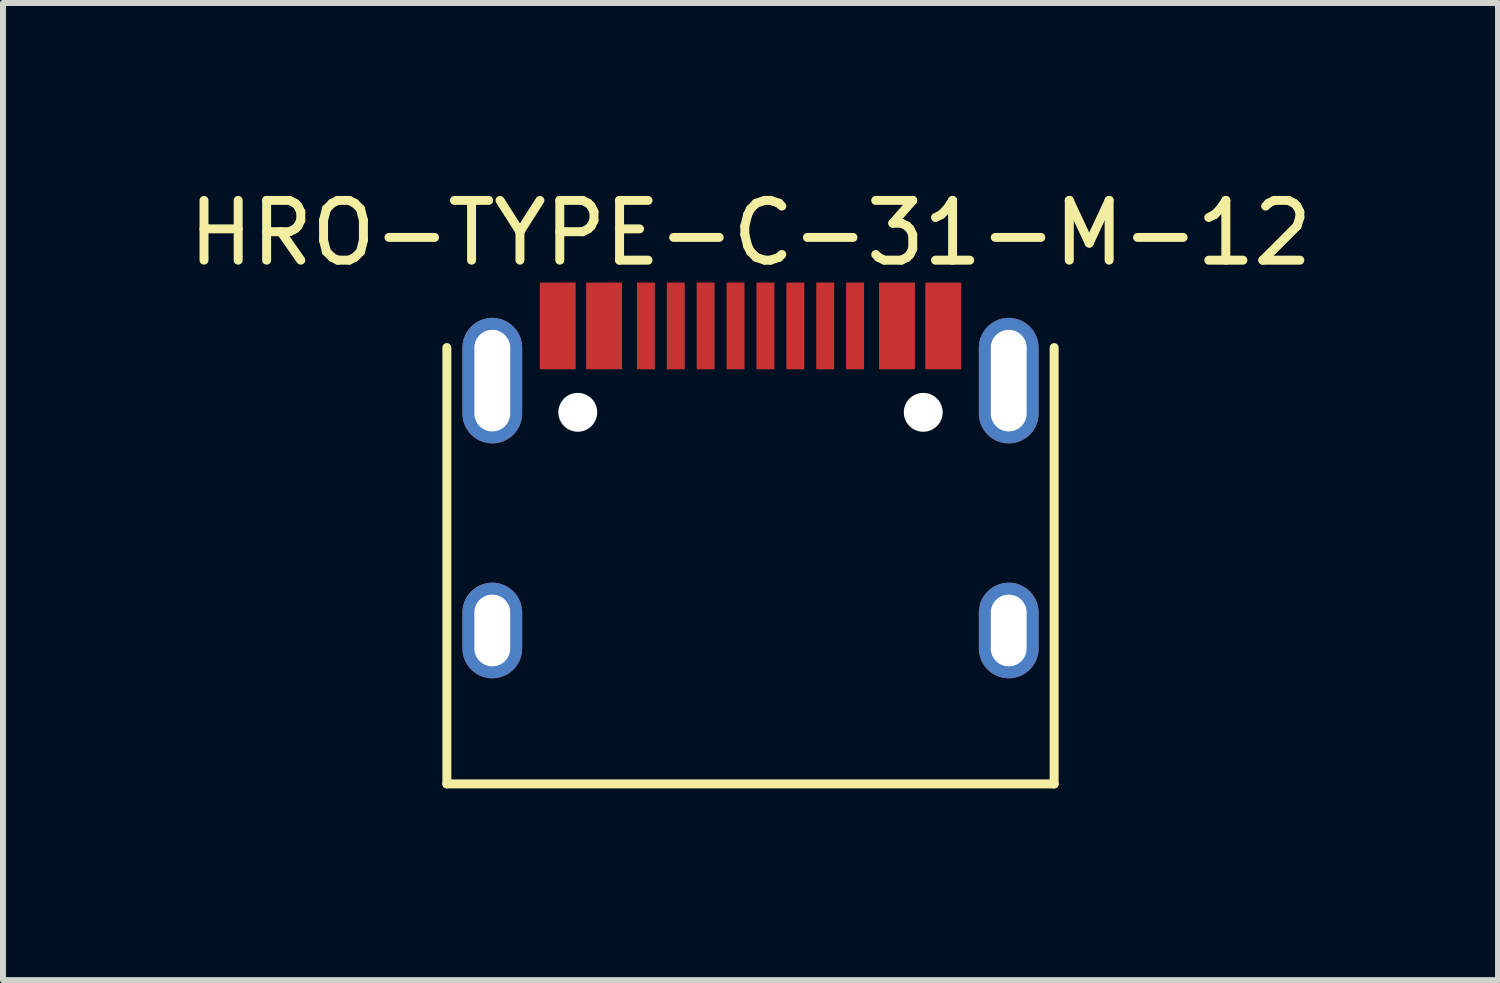
<source format=kicad_pcb>
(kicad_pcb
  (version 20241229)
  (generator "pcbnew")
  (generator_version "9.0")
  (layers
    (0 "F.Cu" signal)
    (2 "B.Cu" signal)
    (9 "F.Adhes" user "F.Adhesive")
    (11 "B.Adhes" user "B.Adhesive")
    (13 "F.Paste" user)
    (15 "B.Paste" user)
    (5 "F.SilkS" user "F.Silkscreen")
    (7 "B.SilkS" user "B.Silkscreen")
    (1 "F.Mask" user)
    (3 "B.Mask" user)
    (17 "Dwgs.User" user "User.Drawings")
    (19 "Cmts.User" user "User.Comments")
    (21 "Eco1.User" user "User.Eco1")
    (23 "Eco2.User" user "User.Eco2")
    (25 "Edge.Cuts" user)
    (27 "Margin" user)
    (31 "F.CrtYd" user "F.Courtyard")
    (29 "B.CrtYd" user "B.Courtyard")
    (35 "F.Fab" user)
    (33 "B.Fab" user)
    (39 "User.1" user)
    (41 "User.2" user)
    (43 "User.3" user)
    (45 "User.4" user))
  (footprint "HRO-TYPE-C-31-M-12"
    (layer "F.Cu")
    (at 9.506 10.098)
    (property "Reference" "HRO-TYPE-C-31-M-12" (at 0 -9.25 0) (layer "F.SilkS") (effects (font (size 1 1) (thickness 0.15))))
    (attr smd)
    (fp_line (start -5.08 -0.033) (end -5.08 -7.333) (stroke (width 0.15) (type solid)) (layer "F.SilkS"))
    (fp_line (start -5.08 -0.033) (end 5.08 -0.033) (stroke (width 0.15) (type solid)) (layer "F.SilkS"))
    (fp_line (start 5.08 -0.033) (end 5.08 -7.333) (stroke (width 0.15) (type solid)) (layer "F.SilkS"))
    (pad "" np_thru_hole circle (at -2.89 -6.25) (size 0.65 0.65) (drill 0.65) (layers "*.Cu" "*.Mask"))
    (pad "" np_thru_hole circle (at 2.89 -6.25) (size 0.65 0.65) (drill 0.65) (layers "*.Cu" "*.Mask"))
    (pad "1" smd rect (at -3.225 -7.695) (size 0.6 1.45) (layers "F.Cu" "F.Mask" "F.Paste"))
    (pad "2" smd rect (at -2.45 -7.695) (size 0.6 1.45) (layers "F.Cu" "F.Mask" "F.Paste"))
    (pad "3" smd rect (at -1.75 -7.695) (size 0.3 1.45) (layers "F.Cu" "F.Mask" "F.Paste"))
    (pad "5" smd rect (at -0.75 -7.695) (size 0.3 1.45) (layers "F.Cu" "F.Mask" "F.Paste"))
    (pad "6" smd rect (at -0.25 -7.695) (size 0.3 1.45) (layers "F.Cu" "F.Mask" "F.Paste"))
    (pad "7" smd rect (at 0.25 -7.695) (size 0.3 1.45) (layers "F.Cu" "F.Mask" "F.Paste"))
    (pad "8" smd rect (at 0.75 -7.695) (size 0.3 1.45) (layers "F.Cu" "F.Mask" "F.Paste"))
    (pad "9" smd rect (at 1.25 -7.695) (size 0.3 1.45) (layers "F.Cu" "F.Mask" "F.Paste"))
    (pad "A5" smd rect (at -1.25 -7.695) (size 0.3 1.45) (layers "F.Cu" "F.Mask" "F.Paste"))
    (pad "A9" smd rect (at 2.45 -7.695) (size 0.6 1.45) (layers "F.Cu" "F.Mask" "F.Paste"))
    (pad "A12" smd rect (at 3.225 -7.695) (size 0.6 1.45) (layers "F.Cu" "F.Mask" "F.Paste"))
    (pad "B5" smd rect (at 1.75 -7.695) (size 0.3 1.45) (layers "F.Cu" "F.Mask" "F.Paste"))
    (pad "S1" thru_hole oval (at -4.32 -6.78) (size 1 2.1) (drill oval 0.6 1.7) (layers "*.Cu" "B.Mask" "F.Paste"))
    (pad "S1" thru_hole oval (at -4.32 -2.6) (size 1 1.6) (drill oval 0.6 1.2) (layers "*.Cu" "B.Mask" "F.Paste"))
    (pad "S1" thru_hole oval (at 4.32 -6.78) (size 1 2.1) (drill oval 0.6 1.7) (layers "*.Cu" "B.Mask" "F.Paste"))
    (pad "S1" thru_hole oval (at 4.32 -2.6) (size 1 1.6) (drill oval 0.6 1.2) (layers "*.Cu" "B.Mask" "F.Paste")))
  (gr_rect
    (start -3 -3)
    (end 22.012 13.348)
    (stroke (width 0.1) (type default))
    (fill no)
    (layer "Edge.Cuts")))
</source>
